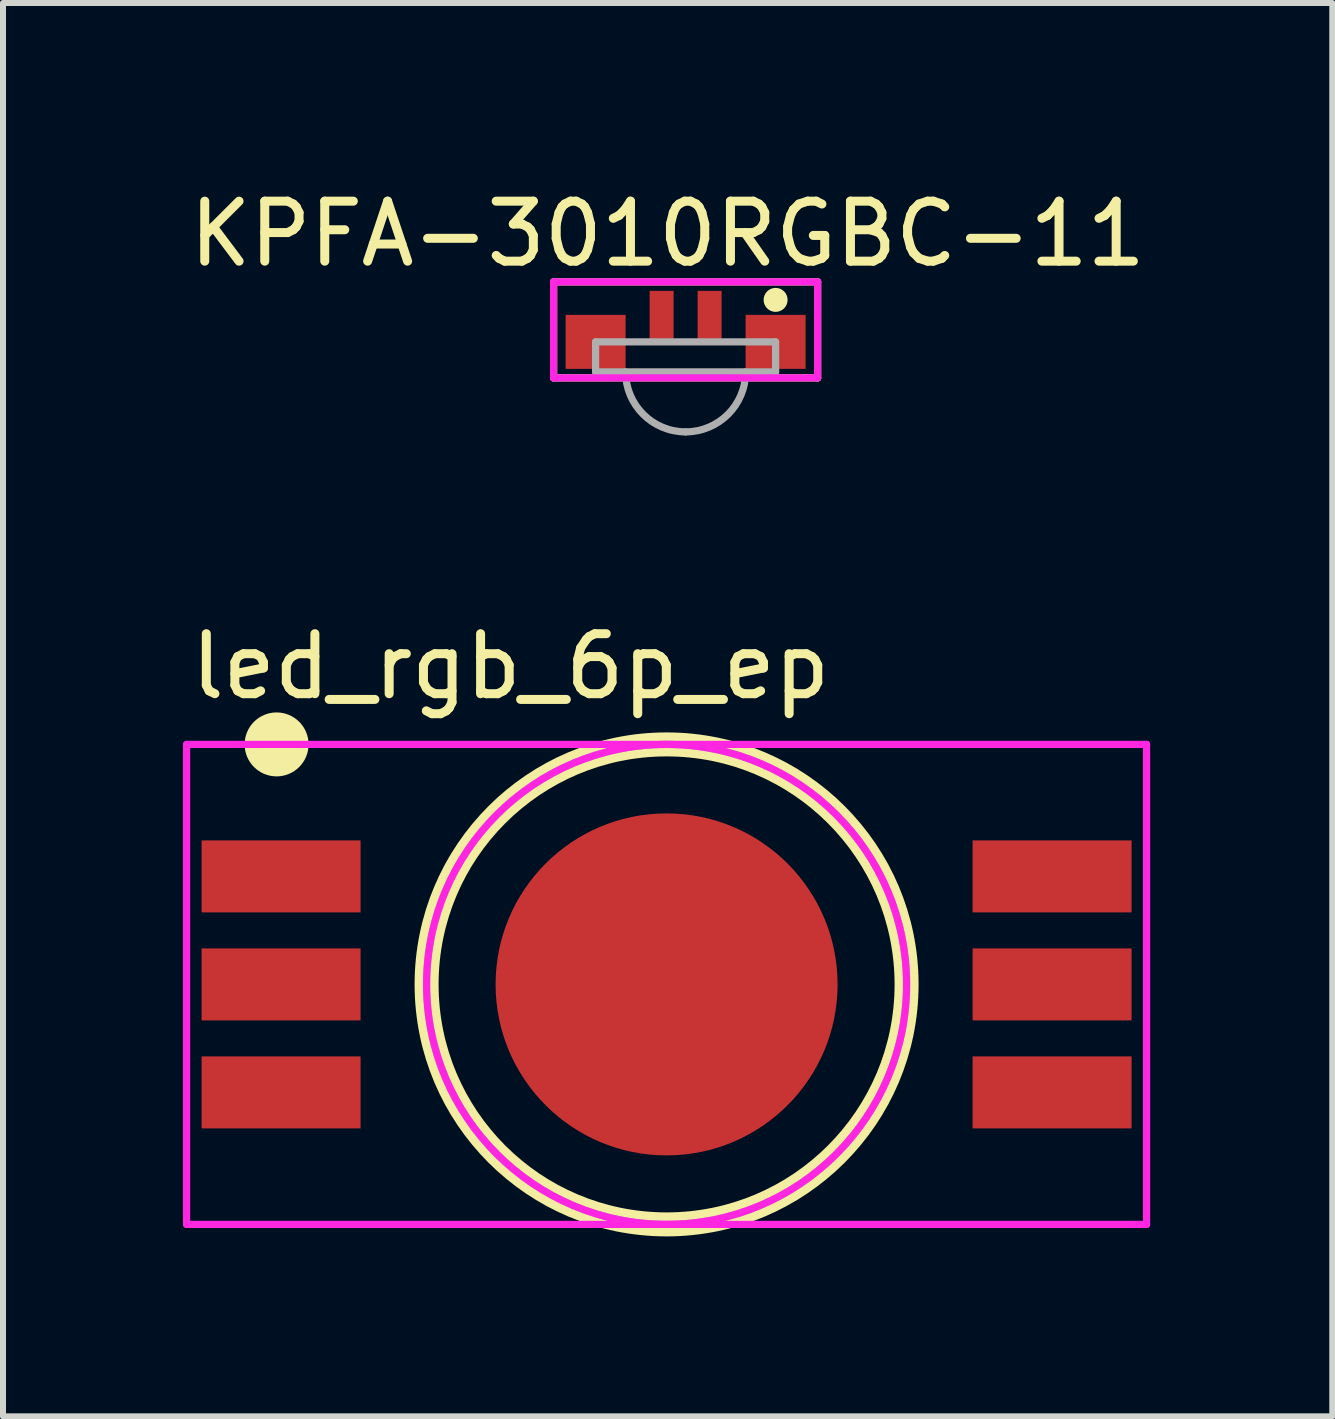
<source format=kicad_pcb>
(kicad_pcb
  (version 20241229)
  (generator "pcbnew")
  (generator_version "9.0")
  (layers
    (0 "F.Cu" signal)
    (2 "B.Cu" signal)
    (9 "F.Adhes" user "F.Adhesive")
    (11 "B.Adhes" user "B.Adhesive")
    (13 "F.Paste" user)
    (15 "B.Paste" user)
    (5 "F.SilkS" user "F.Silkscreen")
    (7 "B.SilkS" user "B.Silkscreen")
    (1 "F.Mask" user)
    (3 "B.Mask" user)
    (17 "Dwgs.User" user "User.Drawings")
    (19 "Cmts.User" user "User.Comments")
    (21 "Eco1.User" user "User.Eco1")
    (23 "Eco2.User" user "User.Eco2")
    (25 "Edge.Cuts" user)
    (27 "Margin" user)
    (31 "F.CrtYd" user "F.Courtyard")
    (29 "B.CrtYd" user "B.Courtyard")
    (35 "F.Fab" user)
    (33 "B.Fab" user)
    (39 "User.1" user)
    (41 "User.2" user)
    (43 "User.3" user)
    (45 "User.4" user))
  (footprint "led_rgb_6p_ep"
    (layer "F.Cu")
    (at 8.06 13.357)
    (property "Reference" "led_rgb_6p_ep" (at -2.6 -5.3 0) (layer "F.SilkS") (effects (font (size 1 1) (thickness 0.15))))
    (attr through_hole)
    (fp_circle (center -6.5 -4) (end -6.217 -4) (stroke (width 0.5) (type solid)) (fill no) (layer "F.SilkS"))
    (fp_circle (center 0 0) (end 4 0) (stroke (width 0.4) (type solid)) (fill no) (layer "F.SilkS"))
    (fp_line (start -8 -4) (end -8 4) (stroke (width 0.12) (type solid)) (layer "F.CrtYd"))
    (fp_line (start -8 4) (end 8 4) (stroke (width 0.12) (type solid)) (layer "F.CrtYd"))
    (fp_line (start 8 -4) (end -8 -4) (stroke (width 0.12) (type solid)) (layer "F.CrtYd"))
    (fp_line (start 8 4) (end 8 -4) (stroke (width 0.12) (type solid)) (layer "F.CrtYd"))
    (fp_circle (center 0 0) (end 0 -4) (stroke (width 0.12) (type solid)) (fill no) (layer "F.CrtYd"))
    (fp_circle (center 0 0) (end 4 0) (stroke (width 0.12) (type solid)) (fill no) (layer "F.Fab"))
    (pad "1" smd rect (at -6.425 -1.8) (size 2.65 1.2) (layers "F.Cu" "F.Mask" "F.Paste"))
    (pad "2" smd rect (at -6.425 0) (size 2.65 1.2) (layers "F.Cu" "F.Mask" "F.Paste"))
    (pad "3" smd rect (at -6.425 1.8) (size 2.65 1.2) (layers "F.Cu" "F.Mask" "F.Paste"))
    (pad "4" smd rect (at 6.425 1.8) (size 2.65 1.2) (layers "F.Cu" "F.Mask" "F.Paste"))
    (pad "5" smd rect (at 6.425 0) (size 2.65 1.2) (layers "F.Cu" "F.Mask" "F.Paste"))
    (pad "6" smd rect (at 6.425 -1.8) (size 2.65 1.2) (layers "F.Cu" "F.Mask" "F.Paste"))
    (pad "7" smd circle (at 0 0) (size 5.7 5.7) (layers "F.Cu" "F.Mask" "F.Paste")))
  (footprint "KPFA-3010RGBC-11"
    (layer "F.Cu")
    (at 8.377 2.648)
    (property "Reference" "KPFA-3010RGBC-11" (at -0.3 -1.8 0) (layer "F.SilkS") (effects (font (size 1 1) (thickness 0.15))))
    (attr through_hole)
    (fp_line (start -2.2 -1) (end -2.2 0.6) (stroke (width 0.12) (type solid)) (layer "F.SilkS"))
    (fp_line (start -2.2 0.6) (end 2.2 0.6) (stroke (width 0.12) (type solid)) (layer "F.SilkS"))
    (fp_line (start 2.2 -1) (end -2.2 -1) (stroke (width 0.12) (type solid)) (layer "F.SilkS"))
    (fp_line (start 2.2 0.6) (end 2.2 -1) (stroke (width 0.12) (type solid)) (layer "F.SilkS"))
    (fp_circle (center 1.5 -0.7) (end 1.6 -0.7) (stroke (width 0.2) (type solid)) (fill no) (layer "F.SilkS"))
    (fp_line (start -2.2 -1) (end -2.2 0.6) (stroke (width 0.12) (type solid)) (layer "F.CrtYd"))
    (fp_line (start -2.2 0.6) (end 2.2 0.6) (stroke (width 0.12) (type solid)) (layer "F.CrtYd"))
    (fp_line (start 2.2 -1) (end -2.2 -1) (stroke (width 0.12) (type solid)) (layer "F.CrtYd"))
    (fp_line (start 2.2 0.6) (end 2.2 -1) (stroke (width 0.12) (type solid)) (layer "F.CrtYd"))
    (fp_line (start -1.5 0) (end -1.5 0.5) (stroke (width 0.12) (type solid)) (layer "F.Fab"))
    (fp_line (start -1.5 0.5) (end 1.5 0.5) (stroke (width 0.12) (type solid)) (layer "F.Fab"))
    (fp_line (start 1.5 0) (end -1.5 0) (stroke (width 0.12) (type solid)) (layer "F.Fab"))
    (fp_line (start 1.5 0.5) (end 1.5 0) (stroke (width 0.12) (type solid)) (layer "F.Fab"))
    (fp_arc (start 0 1.5) (mid -0.707107 1.207107) (end -1 0.5) (stroke (width 0.12) (type solid)) (layer "F.Fab"))
    (fp_arc (start 1 0.5) (mid 0.707107 1.207107) (end 0 1.5) (stroke (width 0.12) (type solid)) (layer "F.Fab"))
    (pad "1" smd rect (at 1.5 0) (size 1 0.9) (layers "F.Cu" "F.Mask" "F.Paste"))
    (pad "2" smd rect (at -1.5 0) (size 1 0.9) (layers "F.Cu" "F.Mask" "F.Paste"))
    (pad "3" smd rect (at -0.4 -0.45) (size 0.4 0.8) (layers "F.Cu" "F.Mask" "F.Paste"))
    (pad "4" smd rect (at 0.4 -0.45) (size 0.4 0.8) (layers "F.Cu" "F.Mask" "F.Paste")))
  (gr_rect
    (start -3 -3)
    (end 19.155 20.556)
    (stroke (width 0.1) (type default))
    (fill no)
    (layer "Edge.Cuts")))
</source>
